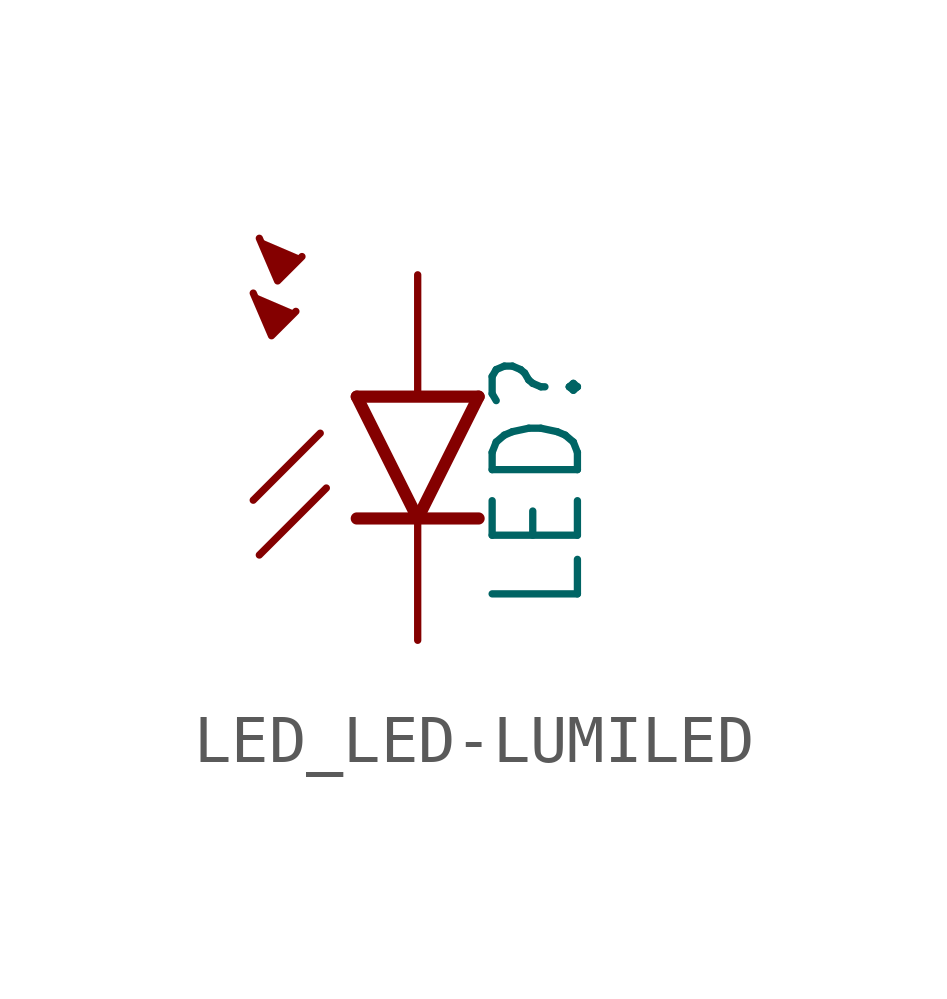
<source format=kicad_sym>
(kicad_symbol_lib
  (version 20241209)
  (generator "kicad_symbol_editor")
  (generator_version "9.0")
  (symbol "LED_LED-LUMILED"
    (property "Reference" "LED"
      (at 3.556 -4.572 90)
      (effects (font (size 1.778 1.511)) (justify left bottom)))
    (property "Value" ""
      (at 5.715 -4.572 90)
      (effects (font (size 1.778 1.511)) (justify left bottom)))
    (property "ki_locked" ""
      (at 0 0 0)
      (effects (font (size 1.27 1.27))))
    (symbol "LED_LED-LUMILED_1_0"
      (polyline (pts (xy -3.429 2.159) (xy -3.048 1.27) (xy -2.54 1.778)) (stroke (width 0.152) (type solid)) (fill (type outline)))
      (polyline (pts (xy -3.302 3.302) (xy -2.921 2.413) (xy -2.413 2.921)) (stroke (width 0.152) (type solid)) (fill (type outline)))
      (polyline (pts (xy -2.032 -0.762) (xy -3.429 -2.159)) (stroke (width 0.152) (type solid)) (fill (type none)))
      (polyline (pts (xy -1.905 -1.905) (xy -3.302 -3.302)) (stroke (width 0.152) (type solid)) (fill (type none)))
      (polyline (pts (xy 0 -2.54) (xy -1.27 0)) (stroke (width 0.254) (type solid)) (fill (type none)))
      (polyline (pts (xy 0 -2.54) (xy -1.27 -2.54)) (stroke (width 0.254) (type solid)) (fill (type none)))
      (polyline (pts (xy 1.27 0) (xy -1.27 0)) (stroke (width 0.254) (type solid)) (fill (type none)))
      (polyline (pts (xy 1.27 0) (xy 0 -2.54)) (stroke (width 0.254) (type solid)) (fill (type none)))
      (polyline (pts (xy 1.27 -2.54) (xy 0 -2.54)) (stroke (width 0.254) (type solid)) (fill (type none)))
      (pin passive line (at 0 2.54 270) (length 2.54) (name "A" (effects (font (size 0 0)))) (number "2+" (effects (font (size 0 0)))))
      (pin passive line (at 0 -5.08 90) (length 2.54) (name "C" (effects (font (size 0 0)))) (number "4-" (effects (font (size 0 0))))))))
</source>
